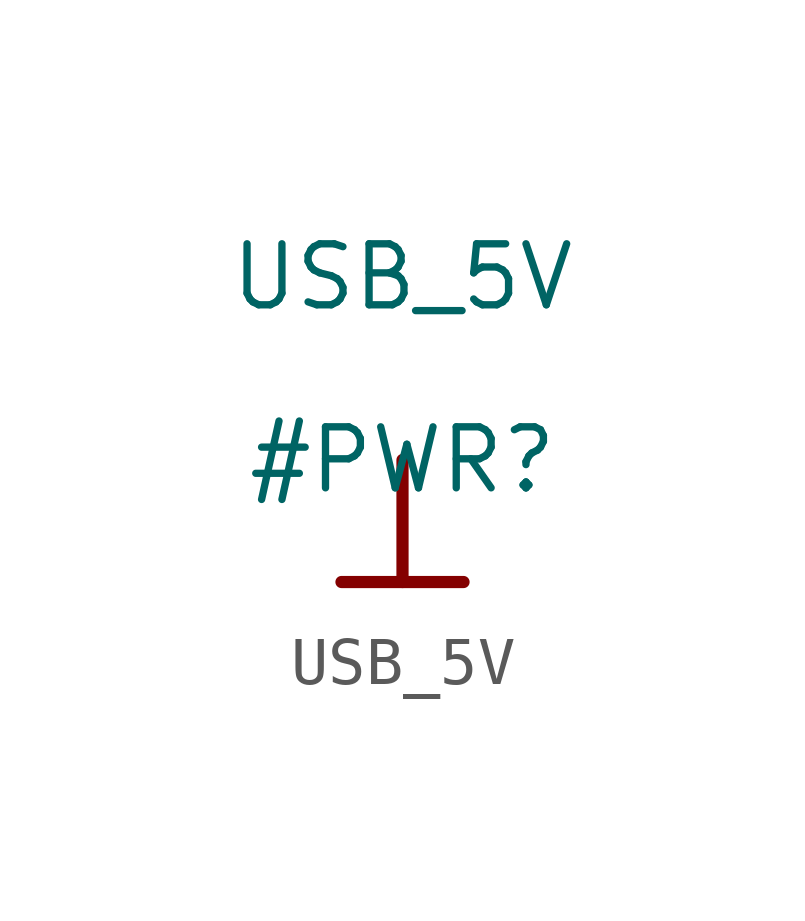
<source format=kicad_sym>
(kicad_symbol_lib
  (version 20220914)
  (generator kicad_symbol_editor)
  (symbol "USB_5V"
    (power)
    (property "Reference" "#PWR"
      (at 0 0 0)
      (effects (font (size 1.27 1.27))))
    (property "Value" "USB_5V"
      (at 0 3.81 0)
      (effects (font (size 1.27 1.27))))
    (symbol "USB_5V_0_0"
      (polyline (pts (xy -1.27 -2.54) (xy 1.27 -2.54)) (stroke (width 0.254) (type solid)) (fill (type none)))
      (polyline (pts (xy 0 0) (xy 0 -2.54)) (stroke (width 0.254) (type solid)) (fill (type none)))
      (pin power_in line (at 0 0 0) (length 0) hide (name "USB_5V" (effects (font (size 1.27 1.27)))) (number "" (effects (font (size 1.27 1.27))))))))
</source>
